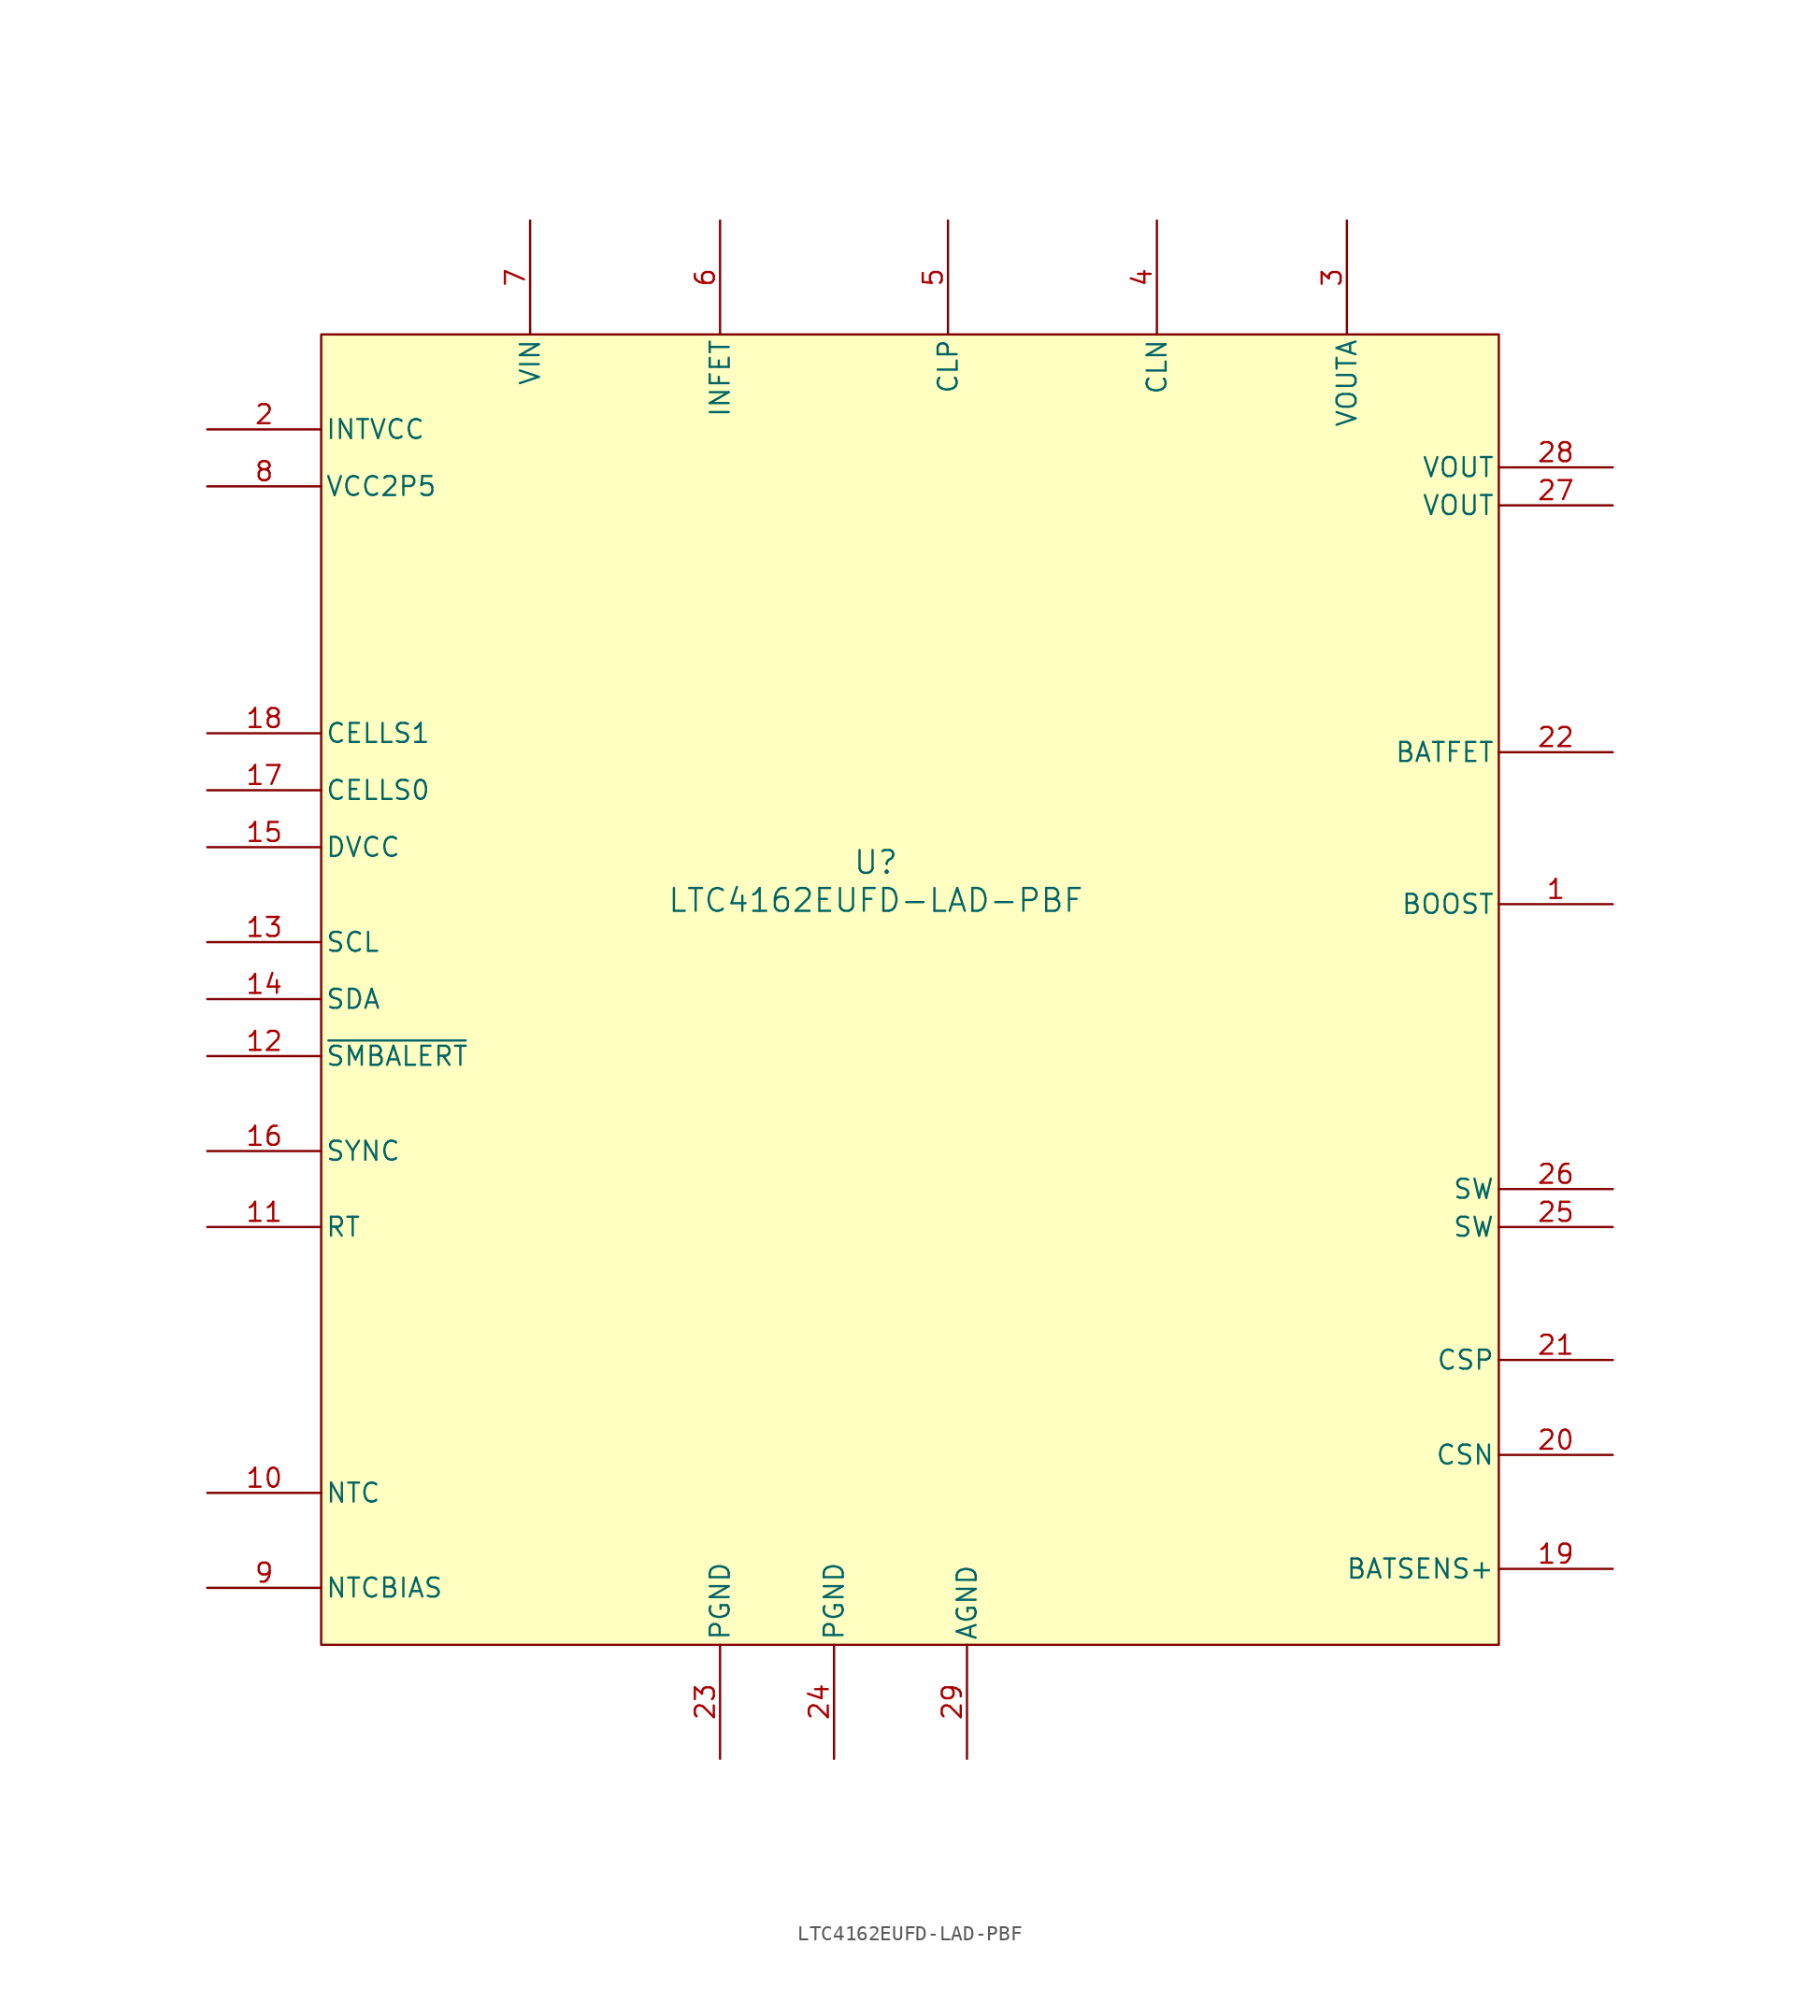
<source format=kicad_sym>
(kicad_symbol_lib
  (version 20241209)
  (generator "kicad_symbol_editor")
  (generator_version "9.0")
  (symbol "LTC4162EUFD-LAD-PBF"
    (pin_names
      (offset 0.254))
    (property "Reference" "U"
      (at 11.684 -27.686 0)
      (effects (font (size 1.524 1.524))))
    (property "Value" "LTC4162EUFD-LAD-PBF"
      (at 11.684 -30.226 0)
      (effects (font (size 1.524 1.524))))
    (property "ki_locked" ""
      (at 0 0 0)
      (effects (font (size 1.27 1.27))))
    (symbol "LTC4162EUFD-LAD-PBF_0_1"
      (pin power_in line (at -33.02 1.27 0) (length 7.62) (name "INTVCC" (effects (font (size 1.27 1.27)))) (number "2" (effects (font (size 1.27 1.27)))))
      (pin power_in line (at -33.02 -2.54 0) (length 7.62) (name "VCC2P5" (effects (font (size 1.27 1.27)))) (number "8" (effects (font (size 1.27 1.27)))))
      (pin bidirectional line (at -33.02 -19.05 0) (length 7.62) (name "CELLS1" (effects (font (size 1.27 1.27)))) (number "18" (effects (font (size 1.27 1.27)))))
      (pin bidirectional line (at -33.02 -22.86 0) (length 7.62) (name "CELLS0" (effects (font (size 1.27 1.27)))) (number "17" (effects (font (size 1.27 1.27)))))
      (pin power_in line (at -33.02 -26.67 0) (length 7.62) (name "DVCC" (effects (font (size 1.27 1.27)))) (number "15" (effects (font (size 1.27 1.27)))))
      (pin input line (at -33.02 -33.02 0) (length 7.62) (name "SCL" (effects (font (size 1.27 1.27)))) (number "13" (effects (font (size 1.27 1.27)))))
      (pin bidirectional line (at -33.02 -36.83 0) (length 7.62) (name "SDA" (effects (font (size 1.27 1.27)))) (number "14" (effects (font (size 1.27 1.27)))))
      (pin input line (at -33.02 -46.99 0) (length 7.62) (name "SYNC" (effects (font (size 1.27 1.27)))) (number "16" (effects (font (size 1.27 1.27)))))
      (pin unspecified line (at -33.02 -52.07 0) (length 7.62) (name "RT" (effects (font (size 1.27 1.27)))) (number "11" (effects (font (size 1.27 1.27)))))
      (pin input line (at -33.02 -69.85 0) (length 7.62) (name "NTC" (effects (font (size 1.27 1.27)))) (number "10" (effects (font (size 1.27 1.27)))))
      (pin output line (at -33.02 -76.2 0) (length 7.62) (name "NTCBIAS" (effects (font (size 1.27 1.27)))) (number "9" (effects (font (size 1.27 1.27)))))
      (pin power_in line (at -11.43 15.24 270) (length 7.62) (name "VIN" (effects (font (size 1.27 1.27)))) (number "7" (effects (font (size 1.27 1.27)))))
      (pin output line (at 1.27 15.24 270) (length 7.62) (name "INFET" (effects (font (size 1.27 1.27)))) (number "6" (effects (font (size 1.27 1.27)))))
      (pin power_out line (at 1.27 -87.63 90) (length 7.62) (name "PGND" (effects (font (size 1.27 1.27)))) (number "23" (effects (font (size 1.27 1.27)))))
      (pin power_out line (at 8.89 -87.63 90) (length 7.62) (name "PGND" (effects (font (size 1.27 1.27)))) (number "24" (effects (font (size 1.27 1.27)))))
      (pin unspecified line (at 16.51 15.24 270) (length 7.62) (name "CLP" (effects (font (size 1.27 1.27)))) (number "5" (effects (font (size 1.27 1.27)))))
      (pin power_out line (at 17.78 -87.63 90) (length 7.62) (name "AGND" (effects (font (size 1.27 1.27)))) (number "29" (effects (font (size 1.27 1.27)))))
      (pin unspecified line (at 30.48 15.24 270) (length 7.62) (name "CLN" (effects (font (size 1.27 1.27)))) (number "4" (effects (font (size 1.27 1.27)))))
      (pin power_in line (at 43.18 15.24 270) (length 7.62) (name "VOUTA" (effects (font (size 1.27 1.27)))) (number "3" (effects (font (size 1.27 1.27)))))
      (pin power_in line (at 60.96 -1.27 180) (length 7.62) (name "VOUT" (effects (font (size 1.27 1.27)))) (number "28" (effects (font (size 1.27 1.27)))))
      (pin power_in line (at 60.96 -3.81 180) (length 7.62) (name "VOUT" (effects (font (size 1.27 1.27)))) (number "27" (effects (font (size 1.27 1.27)))))
      (pin unspecified line (at 60.96 -20.32 180) (length 7.62) (name "BATFET" (effects (font (size 1.27 1.27)))) (number "22" (effects (font (size 1.27 1.27)))))
      (pin power_in line (at 60.96 -30.48 180) (length 7.62) (name "BOOST" (effects (font (size 1.27 1.27)))) (number "1" (effects (font (size 1.27 1.27)))))
      (pin power_in line (at 60.96 -49.53 180) (length 7.62) (name "SW" (effects (font (size 1.27 1.27)))) (number "26" (effects (font (size 1.27 1.27)))))
      (pin power_in line (at 60.96 -52.07 180) (length 7.62) (name "SW" (effects (font (size 1.27 1.27)))) (number "25" (effects (font (size 1.27 1.27)))))
      (pin unspecified line (at 60.96 -60.96 180) (length 7.62) (name "CSP" (effects (font (size 1.27 1.27)))) (number "21" (effects (font (size 1.27 1.27)))))
      (pin unspecified line (at 60.96 -67.31 180) (length 7.62) (name "CSN" (effects (font (size 1.27 1.27)))) (number "20" (effects (font (size 1.27 1.27)))))
      (pin unspecified line (at 60.96 -74.93 180) (length 7.62) (name "BATSENS+" (effects (font (size 1.27 1.27)))) (number "19" (effects (font (size 1.27 1.27))))))
    (symbol "LTC4162EUFD-LAD-PBF_1_1"
      (rectangle (start -25.4 7.62) (end 53.34 -80.01) (stroke (width 0) (type solid)) (fill (type background)))
      (pin output line (at -33.02 -40.64 0) (length 7.62) (name "~{SMBALERT}" (effects (font (size 1.27 1.27)))) (number "12" (effects (font (size 1.27 1.27))))))))
</source>
